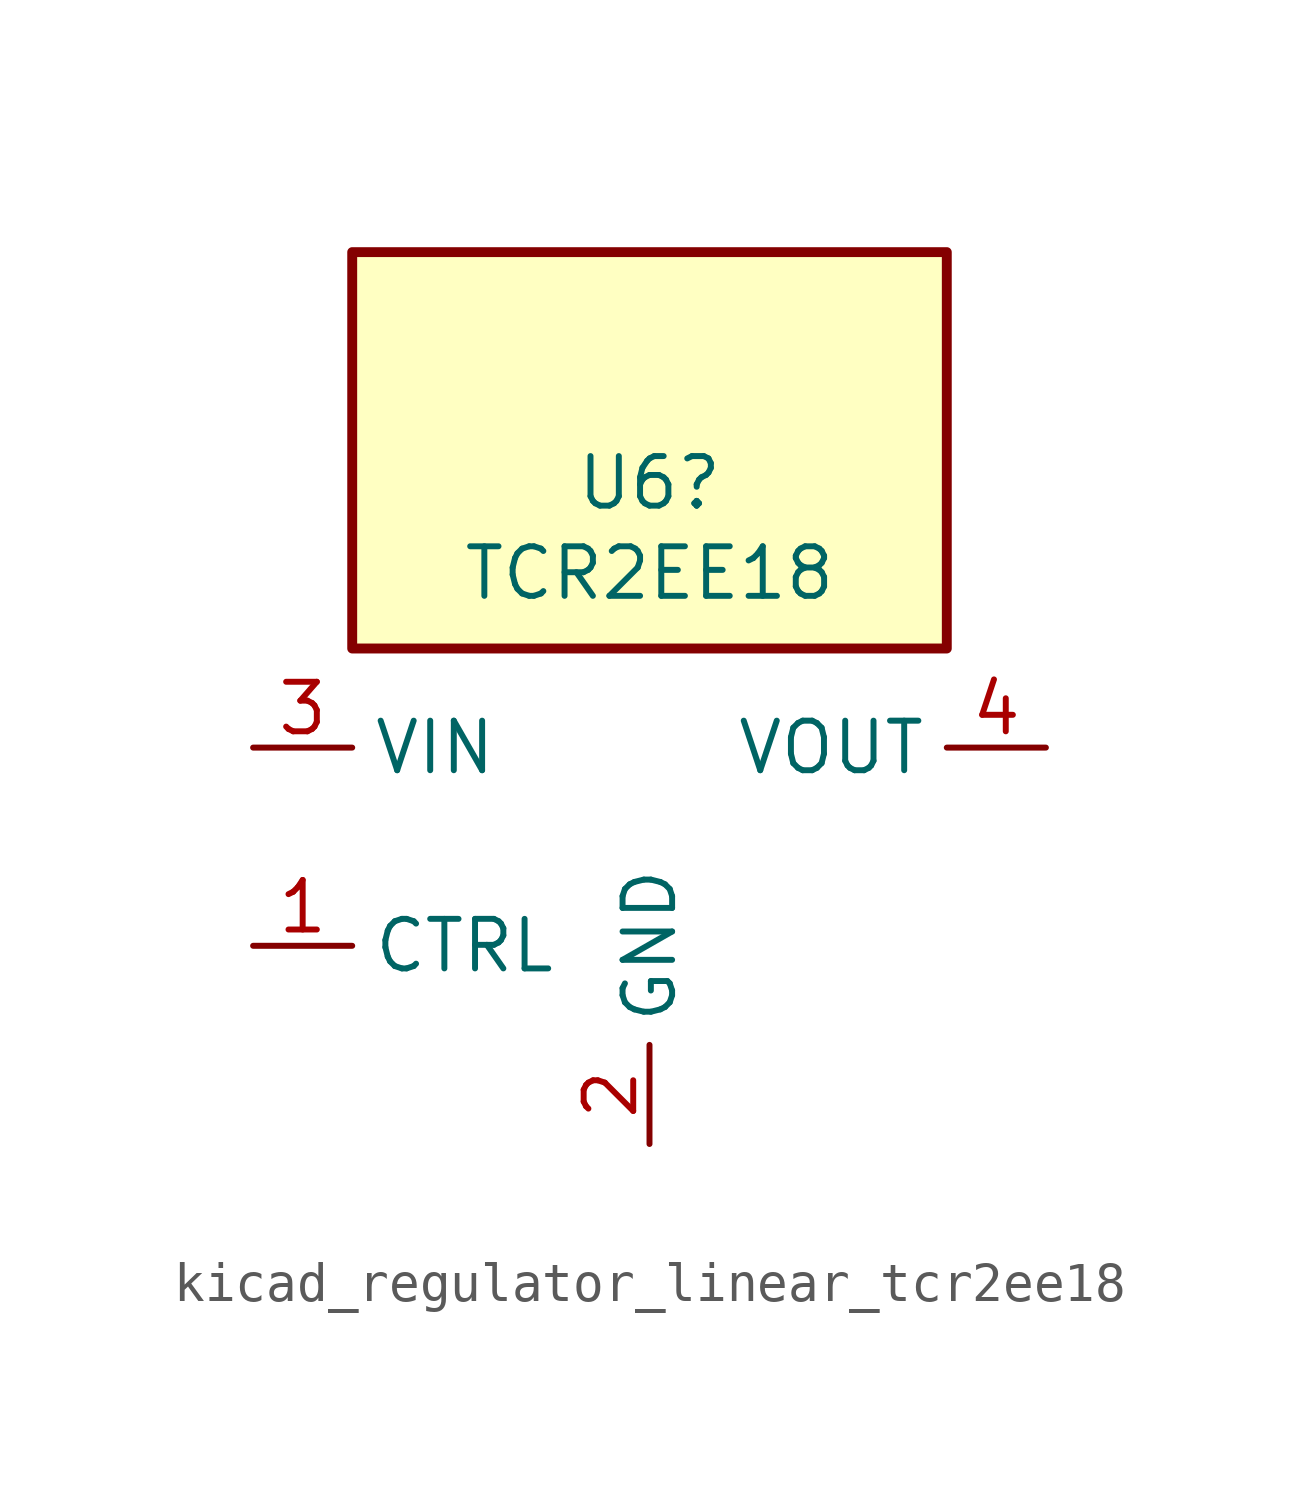
<source format=kicad_sym>
(kicad_symbol_lib
  (version 20220914)
  (generator kicad_symbol_editor)
  (symbol "kicad_regulator_linear_tcr2ee18"
    (property "Reference" "U6"
      (at 0 9.322 0)
      (effects (font (size 1.27 1.27))))
    (property "Value" "TCR2EE18"
      (at 0 7.01 0)
      (effects (font (size 1.27 1.27))))
    (symbol "kicad_regulator_linear_tcr2ee18_0_1"
      (rectangle (start 7.62 15.24) (end -7.62 5.08) (stroke (width 0.254) (type default)) (fill (type background))))
    (symbol "kicad_regulator_linear_tcr2ee18_1_1"
      (pin input line (at -10.16 -2.54 0) (length 2.54) (name "CTRL" (effects (font (size 1.27 1.27)))) (number "1" (effects (font (size 1.27 1.27)))))
      (pin power_in line (at 0 -7.62 90) (length 2.54) (name "GND" (effects (font (size 1.27 1.27)))) (number "2" (effects (font (size 1.27 1.27)))))
      (pin power_in line (at -10.16 2.54 0) (length 2.54) (name "VIN" (effects (font (size 1.27 1.27)))) (number "3" (effects (font (size 1.27 1.27)))))
      (pin power_out line (at 10.16 2.54 180) (length 2.54) (name "VOUT" (effects (font (size 1.27 1.27)))) (number "4" (effects (font (size 1.27 1.27)))))
      (pin no_connect line (at 7.62 -2.54 180) (length 2.54) hide (name "NC" (effects (font (size 1.27 1.27)))) (number "5" (effects (font (size 1.27 1.27))))))))
</source>
